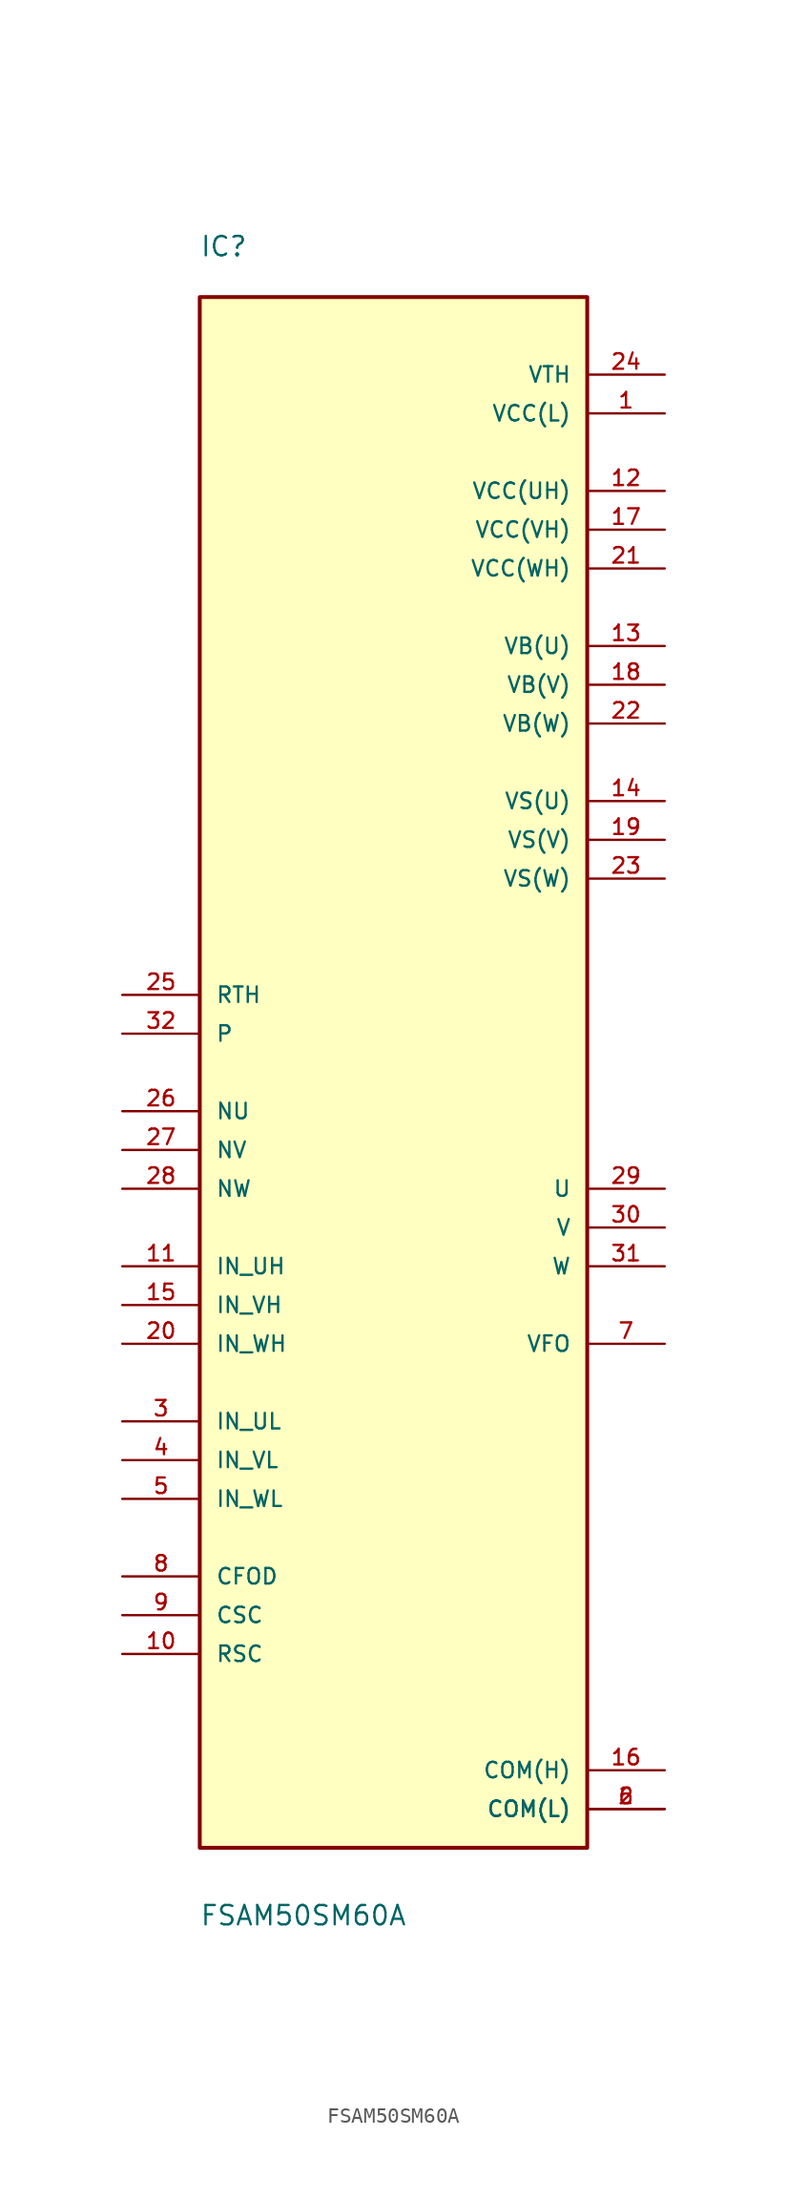
<source format=kicad_sym>
(kicad_symbol_lib
  (version 20211014)
  (generator kicad_symbol_editor)
  (symbol "FSAM50SM60A"
    (pin_names
      (offset 1.016))
    (property "Reference" "IC"
      (at -12.709 48.295 0)
      (effects (font (size 1.27 1.27)) (justify bottom left)))
    (property "Value" "FSAM50SM60A"
      (at -12.721 -61.06 0)
      (effects (font (size 1.27 1.27)) (justify bottom left)))
    (symbol "FSAM50SM60A_0_0"
      (rectangle (start -12.7 -55.88) (end 12.7 45.72) (stroke (width 0.254)) (fill (type background)))
      (pin power_in line (at 17.78 38.1 180.0) (length 5.08) (name "VCC(L)" (effects (font (size 1.016 1.016)))) (number "1" (effects (font (size 1.016 1.016)))))
      (pin passive line (at 17.78 -53.34 180.0) (length 5.08) (name "COM(L)" (effects (font (size 1.016 1.016)))) (number "2" (effects (font (size 1.016 1.016)))))
      (pin passive line (at 17.78 -53.34 180.0) (length 5.08) (name "COM(L)" (effects (font (size 1.016 1.016)))) (number "6" (effects (font (size 1.016 1.016)))))
      (pin input line (at -17.78 -27.94 0) (length 5.08) (name "IN_UL" (effects (font (size 1.016 1.016)))) (number "3" (effects (font (size 1.016 1.016)))))
      (pin input line (at -17.78 -30.48 0) (length 5.08) (name "IN_VL" (effects (font (size 1.016 1.016)))) (number "4" (effects (font (size 1.016 1.016)))))
      (pin input line (at -17.78 -33.02 0) (length 5.08) (name "IN_WL" (effects (font (size 1.016 1.016)))) (number "5" (effects (font (size 1.016 1.016)))))
      (pin output line (at 17.78 -22.86 180.0) (length 5.08) (name "VFO" (effects (font (size 1.016 1.016)))) (number "7" (effects (font (size 1.016 1.016)))))
      (pin input line (at -17.78 -38.1 0) (length 5.08) (name "CFOD" (effects (font (size 1.016 1.016)))) (number "8" (effects (font (size 1.016 1.016)))))
      (pin input line (at -17.78 -40.64 0) (length 5.08) (name "CSC" (effects (font (size 1.016 1.016)))) (number "9" (effects (font (size 1.016 1.016)))))
      (pin input line (at -17.78 -43.18 0) (length 5.08) (name "RSC" (effects (font (size 1.016 1.016)))) (number "10" (effects (font (size 1.016 1.016)))))
      (pin input line (at -17.78 -17.78 0) (length 5.08) (name "IN_UH" (effects (font (size 1.016 1.016)))) (number "11" (effects (font (size 1.016 1.016)))))
      (pin power_in line (at 17.78 33.02 180.0) (length 5.08) (name "VCC(UH)" (effects (font (size 1.016 1.016)))) (number "12" (effects (font (size 1.016 1.016)))))
      (pin power_in line (at 17.78 22.86 180.0) (length 5.08) (name "VB(U)" (effects (font (size 1.016 1.016)))) (number "13" (effects (font (size 1.016 1.016)))))
      (pin power_in line (at 17.78 12.7 180.0) (length 5.08) (name "VS(U)" (effects (font (size 1.016 1.016)))) (number "14" (effects (font (size 1.016 1.016)))))
      (pin input line (at -17.78 -20.32 0) (length 5.08) (name "IN_VH" (effects (font (size 1.016 1.016)))) (number "15" (effects (font (size 1.016 1.016)))))
      (pin input line (at -17.78 -22.86 0) (length 5.08) (name "IN_WH" (effects (font (size 1.016 1.016)))) (number "20" (effects (font (size 1.016 1.016)))))
      (pin passive line (at 17.78 -50.8 180.0) (length 5.08) (name "COM(H)" (effects (font (size 1.016 1.016)))) (number "16" (effects (font (size 1.016 1.016)))))
      (pin power_in line (at 17.78 30.48 180.0) (length 5.08) (name "VCC(VH)" (effects (font (size 1.016 1.016)))) (number "17" (effects (font (size 1.016 1.016)))))
      (pin power_in line (at 17.78 20.32 180.0) (length 5.08) (name "VB(V)" (effects (font (size 1.016 1.016)))) (number "18" (effects (font (size 1.016 1.016)))))
      (pin power_in line (at 17.78 10.16 180.0) (length 5.08) (name "VS(V)" (effects (font (size 1.016 1.016)))) (number "19" (effects (font (size 1.016 1.016)))))
      (pin power_in line (at 17.78 27.94 180.0) (length 5.08) (name "VCC(WH)" (effects (font (size 1.016 1.016)))) (number "21" (effects (font (size 1.016 1.016)))))
      (pin power_in line (at 17.78 17.78 180.0) (length 5.08) (name "VB(W)" (effects (font (size 1.016 1.016)))) (number "22" (effects (font (size 1.016 1.016)))))
      (pin power_in line (at 17.78 7.62 180.0) (length 5.08) (name "VS(W)" (effects (font (size 1.016 1.016)))) (number "23" (effects (font (size 1.016 1.016)))))
      (pin power_in line (at 17.78 40.64 180.0) (length 5.08) (name "VTH" (effects (font (size 1.016 1.016)))) (number "24" (effects (font (size 1.016 1.016)))))
      (pin input line (at -17.78 0.0 0) (length 5.08) (name "RTH" (effects (font (size 1.016 1.016)))) (number "25" (effects (font (size 1.016 1.016)))))
      (pin input line (at -17.78 -7.62 0) (length 5.08) (name "NU" (effects (font (size 1.016 1.016)))) (number "26" (effects (font (size 1.016 1.016)))))
      (pin input line (at -17.78 -10.16 0) (length 5.08) (name "NV" (effects (font (size 1.016 1.016)))) (number "27" (effects (font (size 1.016 1.016)))))
      (pin input line (at -17.78 -12.7 0) (length 5.08) (name "NW" (effects (font (size 1.016 1.016)))) (number "28" (effects (font (size 1.016 1.016)))))
      (pin output line (at 17.78 -12.7 180.0) (length 5.08) (name "U" (effects (font (size 1.016 1.016)))) (number "29" (effects (font (size 1.016 1.016)))))
      (pin output line (at 17.78 -15.24 180.0) (length 5.08) (name "V" (effects (font (size 1.016 1.016)))) (number "30" (effects (font (size 1.016 1.016)))))
      (pin output line (at 17.78 -17.78 180.0) (length 5.08) (name "W" (effects (font (size 1.016 1.016)))) (number "31" (effects (font (size 1.016 1.016)))))
      (pin input line (at -17.78 -2.54 0) (length 5.08) (name "P" (effects (font (size 1.016 1.016)))) (number "32" (effects (font (size 1.016 1.016))))))))
</source>
